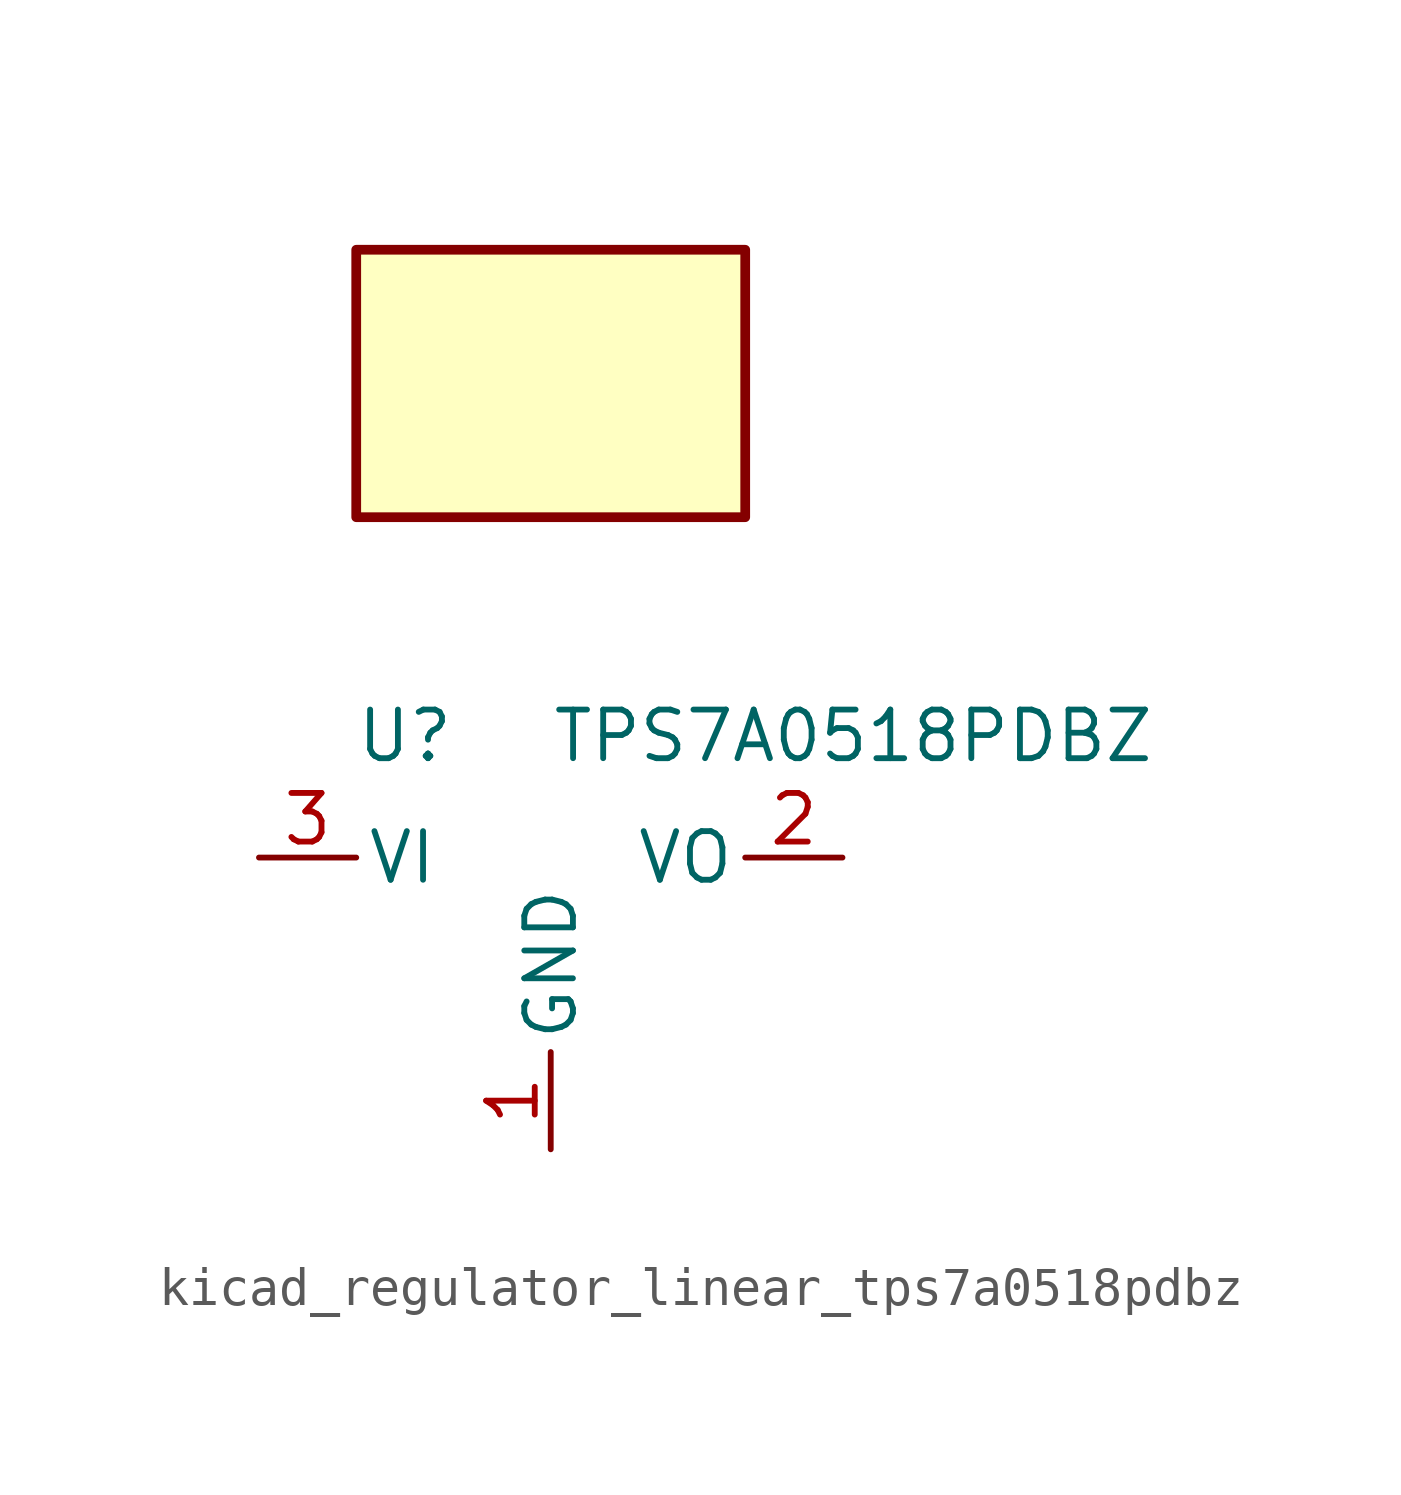
<source format=kicad_sym>
(kicad_symbol_lib
  (version 20220914)
  (generator kicad_symbol_editor)
  (symbol "kicad_regulator_linear_tps7a0518pdbz"
    (pin_names
      (offset 0.254))
    (property "Reference" "U"
      (at -3.81 3.175 0)
      (effects (font (size 1.27 1.27))))
    (property "Value" "TPS7A0518PDBZ"
      (at 0 3.175 0)
      (effects (font (size 1.27 1.27)) (justify left)))
    (symbol "kicad_regulator_linear_tps7a0518pdbz_0_1"
      (rectangle (start 5.08 15.875) (end -5.08 8.89) (stroke (width 0.254) (type default)) (fill (type background))))
    (symbol "kicad_regulator_linear_tps7a0518pdbz_1_1"
      (pin power_in line (at 0 -7.62 90) (length 2.54) (name "GND" (effects (font (size 1.27 1.27)))) (number "1" (effects (font (size 1.27 1.27)))))
      (pin power_out line (at 7.62 0 180) (length 2.54) (name "VO" (effects (font (size 1.27 1.27)))) (number "2" (effects (font (size 1.27 1.27)))))
      (pin power_in line (at -7.62 0 0) (length 2.54) (name "VI" (effects (font (size 1.27 1.27)))) (number "3" (effects (font (size 1.27 1.27))))))))
</source>
